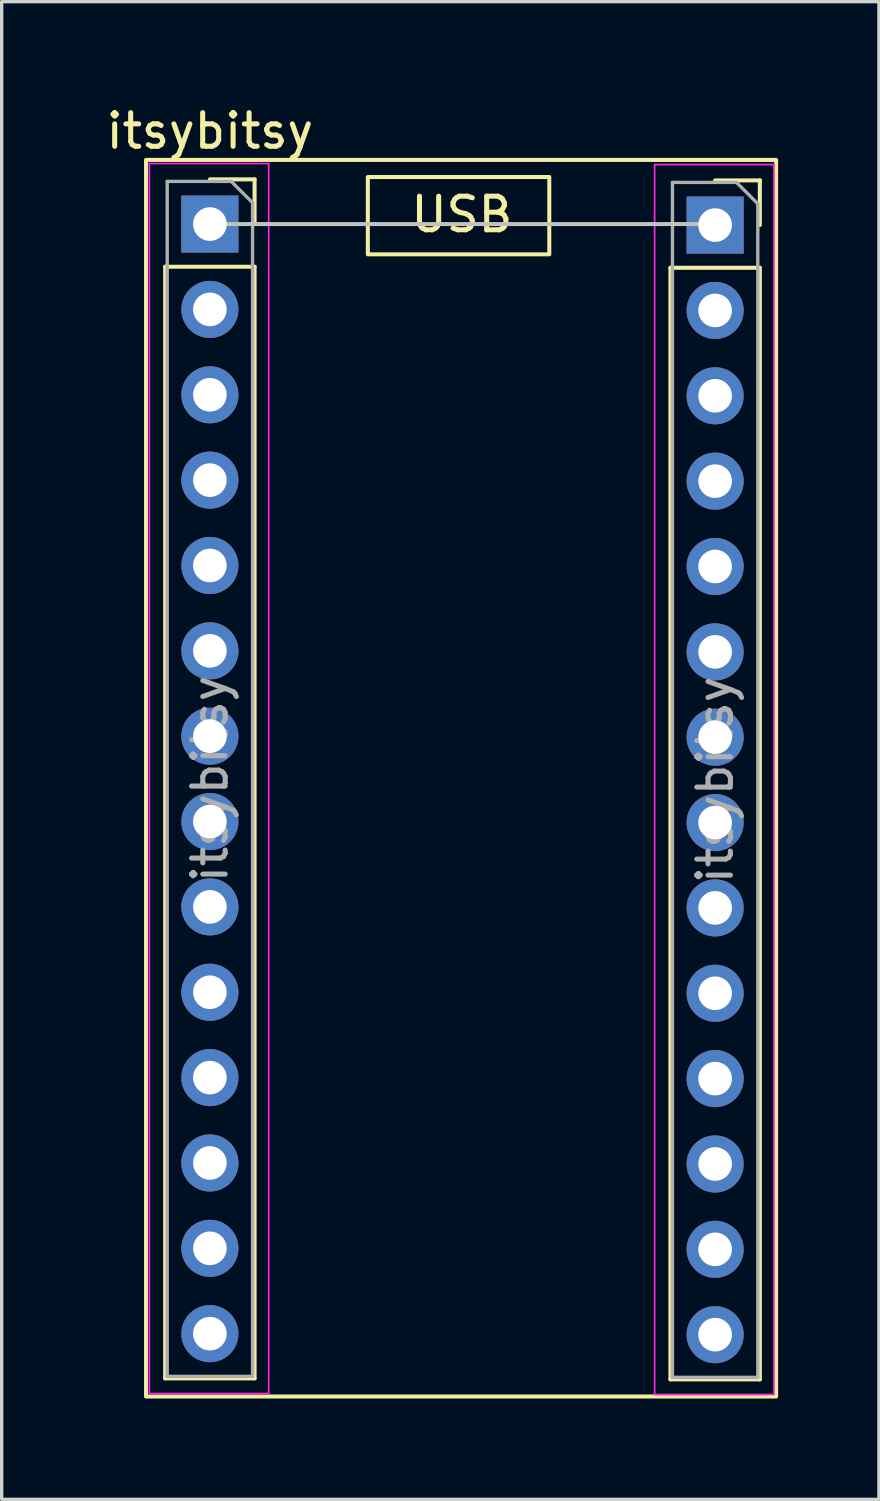
<source format=kicad_pcb>
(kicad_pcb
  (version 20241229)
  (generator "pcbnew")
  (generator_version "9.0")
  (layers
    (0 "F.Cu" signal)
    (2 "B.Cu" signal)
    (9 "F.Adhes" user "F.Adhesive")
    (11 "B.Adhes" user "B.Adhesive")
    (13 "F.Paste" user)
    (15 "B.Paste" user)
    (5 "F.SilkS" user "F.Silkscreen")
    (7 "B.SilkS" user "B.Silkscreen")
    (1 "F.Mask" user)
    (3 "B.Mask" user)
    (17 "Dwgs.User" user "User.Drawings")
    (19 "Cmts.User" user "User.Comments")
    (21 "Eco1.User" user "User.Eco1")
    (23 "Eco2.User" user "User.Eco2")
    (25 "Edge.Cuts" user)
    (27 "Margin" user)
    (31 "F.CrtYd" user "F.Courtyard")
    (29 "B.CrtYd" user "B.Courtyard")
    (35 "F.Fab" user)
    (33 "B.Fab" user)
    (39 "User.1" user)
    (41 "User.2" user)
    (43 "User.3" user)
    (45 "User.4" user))
  (footprint "itsybitsy"
    (layer "F.Cu")
    (at 3.196 3.618)
    (property "Reference" "itsybitsy" (at 0 -2.77 0) (layer "F.SilkS") (effects (font (size 1 1) (thickness 0.15))))
    (attr through_hole)
    (fp_line (start -1.33 1.27) (end -1.33 34.35) (stroke (width 0.12) (type solid)) (layer "F.SilkS"))
    (fp_line (start -1.33 1.27) (end 1.33 1.27) (stroke (width 0.12) (type solid)) (layer "F.SilkS"))
    (fp_line (start -1.33 34.35) (end 1.33 34.35) (stroke (width 0.12) (type solid)) (layer "F.SilkS"))
    (fp_line (start 0 -1.33) (end 1.33 -1.33) (stroke (width 0.12) (type solid)) (layer "F.SilkS"))
    (fp_line (start 1.33 -1.33) (end 1.33 0) (stroke (width 0.12) (type solid)) (layer "F.SilkS"))
    (fp_line (start 1.33 1.27) (end 1.33 34.35) (stroke (width 0.12) (type solid)) (layer "F.SilkS"))
    (fp_line (start 13.705 1.3) (end 13.705 34.38) (stroke (width 0.12) (type solid)) (layer "F.SilkS"))
    (fp_line (start 13.705 1.3) (end 16.365 1.3) (stroke (width 0.12) (type solid)) (layer "F.SilkS"))
    (fp_line (start 13.705 34.38) (end 16.365 34.38) (stroke (width 0.12) (type solid)) (layer "F.SilkS"))
    (fp_line (start 15.035 -1.3) (end 16.365 -1.3) (stroke (width 0.12) (type solid)) (layer "F.SilkS"))
    (fp_line (start 16.365 -1.3) (end 16.365 0.03) (stroke (width 0.12) (type solid)) (layer "F.SilkS"))
    (fp_line (start 16.365 1.3) (end 16.365 34.38) (stroke (width 0.12) (type solid)) (layer "F.SilkS"))
    (fp_rect (start -1.9 -1.91) (end 16.85 34.89) (stroke (width 0.12) (type default)) (fill no) (layer "F.SilkS"))
    (fp_rect (start 4.7 -1.4) (end 10.1 0.9) (stroke (width 0.12) (type default)) (fill no) (layer "F.SilkS"))
    (fp_line (start 0 0) (end 15 0) (stroke (width 0.12) (type default)) (layer "Dwgs.User"))
    (fp_line (start -1.8 -1.8) (end 1.75 -1.8) (stroke (width 0.05) (type solid)) (layer "F.CrtYd"))
    (fp_line (start -1.8 34.8) (end -1.8 -1.8) (stroke (width 0.05) (type solid)) (layer "F.CrtYd"))
    (fp_line (start 1.75 -1.8) (end 1.75 34.8) (stroke (width 0.05) (type solid)) (layer "F.CrtYd"))
    (fp_line (start 1.75 34.8) (end -1.8 34.8) (stroke (width 0.05) (type solid)) (layer "F.CrtYd"))
    (fp_line (start 13.235 -1.77) (end 16.785 -1.77) (stroke (width 0.05) (type solid)) (layer "F.CrtYd"))
    (fp_line (start 13.235 34.83) (end 13.235 -1.77) (stroke (width 0.05) (type solid)) (layer "F.CrtYd"))
    (fp_line (start 16.785 -1.77) (end 16.785 34.83) (stroke (width 0.05) (type solid)) (layer "F.CrtYd"))
    (fp_line (start 16.785 34.83) (end 13.235 34.83) (stroke (width 0.05) (type solid)) (layer "F.CrtYd"))
    (fp_line (start -1.27 -1.27) (end 0.635 -1.27) (stroke (width 0.1) (type solid)) (layer "F.Fab"))
    (fp_line (start -1.27 34.29) (end -1.27 -1.27) (stroke (width 0.1) (type solid)) (layer "F.Fab"))
    (fp_line (start 0.635 -1.27) (end 1.27 -0.635) (stroke (width 0.1) (type solid)) (layer "F.Fab"))
    (fp_line (start 1.27 -0.635) (end 1.27 34.29) (stroke (width 0.1) (type solid)) (layer "F.Fab"))
    (fp_line (start 1.27 34.29) (end -1.27 34.29) (stroke (width 0.1) (type solid)) (layer "F.Fab"))
    (fp_line (start 13.765 -1.24) (end 15.67 -1.24) (stroke (width 0.1) (type solid)) (layer "F.Fab"))
    (fp_line (start 13.765 34.32) (end 13.765 -1.24) (stroke (width 0.1) (type solid)) (layer "F.Fab"))
    (fp_line (start 15.67 -1.24) (end 16.305 -0.605) (stroke (width 0.1) (type solid)) (layer "F.Fab"))
    (fp_line (start 16.305 -0.605) (end 16.305 34.32) (stroke (width 0.1) (type solid)) (layer "F.Fab"))
    (fp_line (start 16.305 34.32) (end 13.765 34.32) (stroke (width 0.1) (type solid)) (layer "F.Fab"))
    (fp_text user "USB" (at 5.9 0.3 0) (unlocked yes) (layer "F.SilkS") (effects (font (size 1 1) (thickness 0.15)) (justify left bottom)))
    (fp_text user "${REFERENCE}" (at 15.035 16.54 90) (layer "F.Fab") (effects (font (size 1 1) (thickness 0.15))))
    (fp_text user "${REFERENCE}" (at 0 16.51 90) (layer "F.Fab") (effects (font (size 1 1) (thickness 0.15))))
    (pad "1" thru_hole rect (at 0 0) (size 1.7 1.7) (drill 1) (layers "*.Cu" "*.Mask"))
    (pad "2" thru_hole oval (at 0 2.54) (size 1.7 1.7) (drill 1) (layers "*.Cu" "*.Mask"))
    (pad "3" thru_hole oval (at 0 5.08) (size 1.7 1.7) (drill 1) (layers "*.Cu" "*.Mask"))
    (pad "4" thru_hole oval (at 0 7.62) (size 1.7 1.7) (drill 1) (layers "*.Cu" "*.Mask"))
    (pad "5" thru_hole oval (at 0 10.16) (size 1.7 1.7) (drill 1) (layers "*.Cu" "*.Mask"))
    (pad "6" thru_hole oval (at 0 12.7) (size 1.7 1.7) (drill 1) (layers "*.Cu" "*.Mask"))
    (pad "7" thru_hole oval (at 0 15.24) (size 1.7 1.7) (drill 1) (layers "*.Cu" "*.Mask"))
    (pad "8" thru_hole oval (at 0 17.78) (size 1.7 1.7) (drill 1) (layers "*.Cu" "*.Mask"))
    (pad "9" thru_hole oval (at 0 20.32) (size 1.7 1.7) (drill 1) (layers "*.Cu" "*.Mask"))
    (pad "10" thru_hole oval (at 0 22.86) (size 1.7 1.7) (drill 1) (layers "*.Cu" "*.Mask"))
    (pad "11" thru_hole oval (at 0 25.4) (size 1.7 1.7) (drill 1) (layers "*.Cu" "*.Mask"))
    (pad "12" thru_hole oval (at 0 27.94) (size 1.7 1.7) (drill 1) (layers "*.Cu" "*.Mask"))
    (pad "13" thru_hole oval (at 0 30.48) (size 1.7 1.7) (drill 1) (layers "*.Cu" "*.Mask"))
    (pad "14" thru_hole oval (at 0 33.02) (size 1.7 1.7) (drill 1) (layers "*.Cu" "*.Mask"))
    (pad "15" thru_hole oval (at 15.035 33.05) (size 1.7 1.7) (drill 1) (layers "*.Cu" "*.Mask"))
    (pad "16" thru_hole oval (at 15.035 30.51) (size 1.7 1.7) (drill 1) (layers "*.Cu" "*.Mask"))
    (pad "17" thru_hole oval (at 15.035 27.97) (size 1.7 1.7) (drill 1) (layers "*.Cu" "*.Mask"))
    (pad "18" thru_hole oval (at 15.035 25.43) (size 1.7 1.7) (drill 1) (layers "*.Cu" "*.Mask"))
    (pad "19" thru_hole oval (at 15.035 22.89) (size 1.7 1.7) (drill 1) (layers "*.Cu" "*.Mask"))
    (pad "20" thru_hole oval (at 15.035 20.35) (size 1.7 1.7) (drill 1) (layers "*.Cu" "*.Mask"))
    (pad "21" thru_hole oval (at 15.035 17.81) (size 1.7 1.7) (drill 1) (layers "*.Cu" "*.Mask"))
    (pad "22" thru_hole oval (at 15.035 15.27) (size 1.7 1.7) (drill 1) (layers "*.Cu" "*.Mask"))
    (pad "23" thru_hole oval (at 15.035 12.73) (size 1.7 1.7) (drill 1) (layers "*.Cu" "*.Mask"))
    (pad "24" thru_hole oval (at 15.035 10.19) (size 1.7 1.7) (drill 1) (layers "*.Cu" "*.Mask"))
    (pad "25" thru_hole oval (at 15.035 7.65) (size 1.7 1.7) (drill 1) (layers "*.Cu" "*.Mask"))
    (pad "26" thru_hole oval (at 15.035 5.11) (size 1.7 1.7) (drill 1) (layers "*.Cu" "*.Mask"))
    (pad "27" thru_hole oval (at 15.035 2.57) (size 1.7 1.7) (drill 1) (layers "*.Cu" "*.Mask"))
    (pad "28" thru_hole rect (at 15.035 0.03) (size 1.7 1.7) (drill 1) (layers "*.Cu" "*.Mask")))
  (gr_rect
    (start -3 -3)
    (end 23.106 41.568)
    (stroke (width 0.1) (type default))
    (fill no)
    (layer "Edge.Cuts")))
</source>
